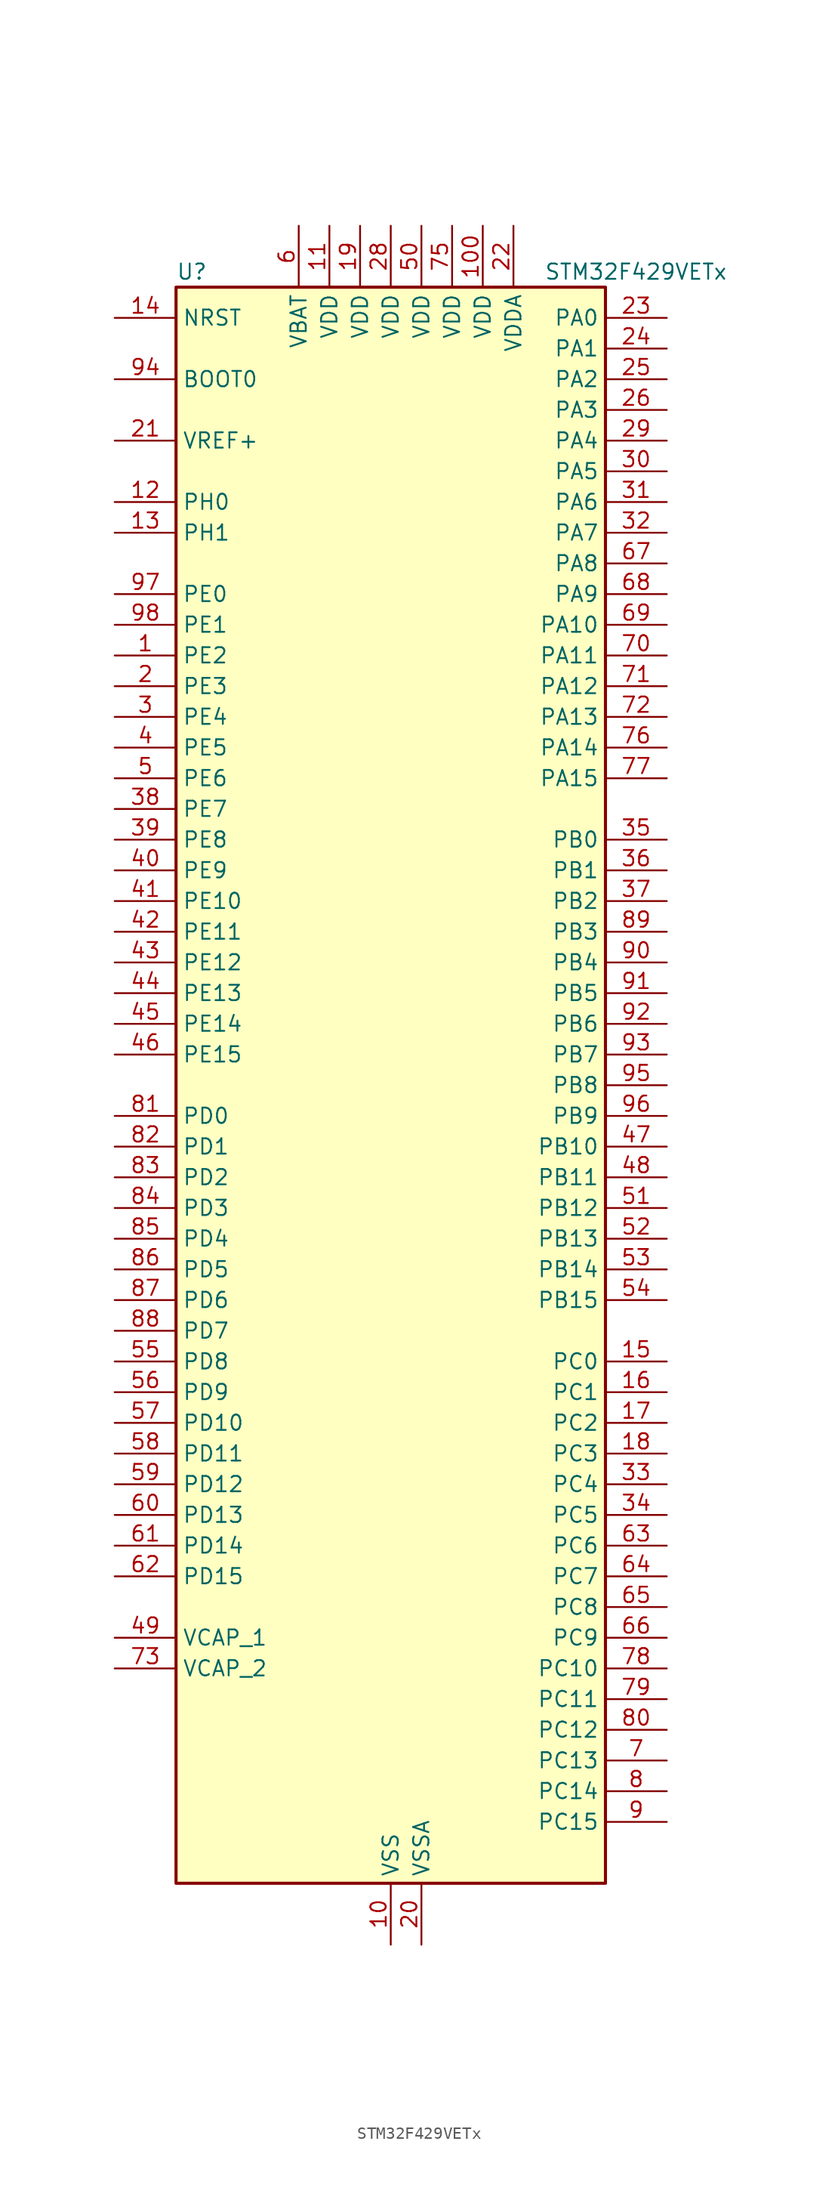
<source format=kicad_sym>
(kicad_symbol_lib
  (version 20220914)
  (generator kicad_symbol_editor)
  (symbol "STM32F429VETx"
    (property "Reference" "U"
      (at -17.78 67.31 0)
      (effects (font (size 1.27 1.27)) (justify left)))
    (property "Value" "STM32F429VETx"
      (at 12.7 67.31 0)
      (effects (font (size 1.27 1.27)) (justify left)))
    (property "ki_locked" ""
      (at 0 0 0)
      (effects (font (size 1.27 1.27))))
    (symbol "STM32F429VETx_0_1"
      (rectangle (start -17.78 -66.04) (end 17.78 66.04) (stroke (width 0.254) (type default)) (fill (type background))))
    (symbol "STM32F429VETx_1_1"
      (pin bidirectional line (at -22.86 35.56 0) (length 5.08) (name "PE2" (effects (font (size 1.27 1.27)))) (number "1" (effects (font (size 1.27 1.27)))) (alternate "ETH_TXD3" bidirectional line) (alternate "FMC_A23" bidirectional line) (alternate "SAI1_MCLK_A" bidirectional line) (alternate "SPI4_SCK" bidirectional line) (alternate "SYS_TRACECLK" bidirectional line))
      (pin power_in line (at 0 -71.12 90) (length 5.08) (name "VSS" (effects (font (size 1.27 1.27)))) (number "10" (effects (font (size 1.27 1.27)))))
      (pin power_in line (at 7.62 71.12 270) (length 5.08) (name "VDD" (effects (font (size 1.27 1.27)))) (number "100" (effects (font (size 1.27 1.27)))))
      (pin power_in line (at -5.08 71.12 270) (length 5.08) (name "VDD" (effects (font (size 1.27 1.27)))) (number "11" (effects (font (size 1.27 1.27)))))
      (pin bidirectional line (at -22.86 48.26 0) (length 5.08) (name "PH0" (effects (font (size 1.27 1.27)))) (number "12" (effects (font (size 1.27 1.27)))) (alternate "RCC_OSC_IN" bidirectional line))
      (pin bidirectional line (at -22.86 45.72 0) (length 5.08) (name "PH1" (effects (font (size 1.27 1.27)))) (number "13" (effects (font (size 1.27 1.27)))) (alternate "RCC_OSC_OUT" bidirectional line))
      (pin input line (at -22.86 63.5 0) (length 5.08) (name "NRST" (effects (font (size 1.27 1.27)))) (number "14" (effects (font (size 1.27 1.27)))))
      (pin bidirectional line (at 22.86 -22.86 180) (length 5.08) (name "PC0" (effects (font (size 1.27 1.27)))) (number "15" (effects (font (size 1.27 1.27)))) (alternate "ADC1_IN10" bidirectional line) (alternate "ADC2_IN10" bidirectional line) (alternate "ADC3_IN10" bidirectional line) (alternate "USB_OTG_HS_ULPI_STP" bidirectional line))
      (pin bidirectional line (at 22.86 -25.4 180) (length 5.08) (name "PC1" (effects (font (size 1.27 1.27)))) (number "16" (effects (font (size 1.27 1.27)))) (alternate "ADC1_IN11" bidirectional line) (alternate "ADC2_IN11" bidirectional line) (alternate "ADC3_IN11" bidirectional line) (alternate "ETH_MDC" bidirectional line))
      (pin bidirectional line (at 22.86 -27.94 180) (length 5.08) (name "PC2" (effects (font (size 1.27 1.27)))) (number "17" (effects (font (size 1.27 1.27)))) (alternate "ADC1_IN12" bidirectional line) (alternate "ADC2_IN12" bidirectional line) (alternate "ADC3_IN12" bidirectional line) (alternate "ETH_TXD2" bidirectional line) (alternate "I2S2_ext_SD" bidirectional line) (alternate "SPI2_MISO" bidirectional line) (alternate "USB_OTG_HS_ULPI_DIR" bidirectional line))
      (pin bidirectional line (at 22.86 -30.48 180) (length 5.08) (name "PC3" (effects (font (size 1.27 1.27)))) (number "18" (effects (font (size 1.27 1.27)))) (alternate "ADC1_IN13" bidirectional line) (alternate "ADC2_IN13" bidirectional line) (alternate "ADC3_IN13" bidirectional line) (alternate "ETH_TX_CLK" bidirectional line) (alternate "I2S2_SD" bidirectional line) (alternate "SPI2_MOSI" bidirectional line) (alternate "USB_OTG_HS_ULPI_NXT" bidirectional line))
      (pin power_in line (at -2.54 71.12 270) (length 5.08) (name "VDD" (effects (font (size 1.27 1.27)))) (number "19" (effects (font (size 1.27 1.27)))))
      (pin bidirectional line (at -22.86 33.02 0) (length 5.08) (name "PE3" (effects (font (size 1.27 1.27)))) (number "2" (effects (font (size 1.27 1.27)))) (alternate "FMC_A19" bidirectional line) (alternate "SAI1_SD_B" bidirectional line) (alternate "SYS_TRACED0" bidirectional line))
      (pin power_in line (at 2.54 -71.12 90) (length 5.08) (name "VSSA" (effects (font (size 1.27 1.27)))) (number "20" (effects (font (size 1.27 1.27)))))
      (pin input line (at -22.86 53.34 0) (length 5.08) (name "VREF+" (effects (font (size 1.27 1.27)))) (number "21" (effects (font (size 1.27 1.27)))))
      (pin power_in line (at 10.16 71.12 270) (length 5.08) (name "VDDA" (effects (font (size 1.27 1.27)))) (number "22" (effects (font (size 1.27 1.27)))))
      (pin bidirectional line (at 22.86 63.5 180) (length 5.08) (name "PA0" (effects (font (size 1.27 1.27)))) (number "23" (effects (font (size 1.27 1.27)))) (alternate "ADC1_IN0" bidirectional line) (alternate "ADC2_IN0" bidirectional line) (alternate "ADC3_IN0" bidirectional line) (alternate "ETH_CRS" bidirectional line) (alternate "SYS_WKUP" bidirectional line) (alternate "TIM2_CH1" bidirectional line) (alternate "TIM2_ETR" bidirectional line) (alternate "TIM5_CH1" bidirectional line) (alternate "TIM8_ETR" bidirectional line) (alternate "UART4_TX" bidirectional line) (alternate "USART2_CTS" bidirectional line))
      (pin bidirectional line (at 22.86 60.96 180) (length 5.08) (name "PA1" (effects (font (size 1.27 1.27)))) (number "24" (effects (font (size 1.27 1.27)))) (alternate "ADC1_IN1" bidirectional line) (alternate "ADC2_IN1" bidirectional line) (alternate "ADC3_IN1" bidirectional line) (alternate "ETH_REF_CLK" bidirectional line) (alternate "ETH_RX_CLK" bidirectional line) (alternate "TIM2_CH2" bidirectional line) (alternate "TIM5_CH2" bidirectional line) (alternate "UART4_RX" bidirectional line) (alternate "USART2_RTS" bidirectional line))
      (pin bidirectional line (at 22.86 58.42 180) (length 5.08) (name "PA2" (effects (font (size 1.27 1.27)))) (number "25" (effects (font (size 1.27 1.27)))) (alternate "ADC1_IN2" bidirectional line) (alternate "ADC2_IN2" bidirectional line) (alternate "ADC3_IN2" bidirectional line) (alternate "ETH_MDIO" bidirectional line) (alternate "TIM2_CH3" bidirectional line) (alternate "TIM5_CH3" bidirectional line) (alternate "TIM9_CH1" bidirectional line) (alternate "USART2_TX" bidirectional line))
      (pin bidirectional line (at 22.86 55.88 180) (length 5.08) (name "PA3" (effects (font (size 1.27 1.27)))) (number "26" (effects (font (size 1.27 1.27)))) (alternate "ADC1_IN3" bidirectional line) (alternate "ADC2_IN3" bidirectional line) (alternate "ADC3_IN3" bidirectional line) (alternate "ETH_COL" bidirectional line) (alternate "LTDC_B5" bidirectional line) (alternate "TIM2_CH4" bidirectional line) (alternate "TIM5_CH4" bidirectional line) (alternate "TIM9_CH2" bidirectional line) (alternate "USART2_RX" bidirectional line) (alternate "USB_OTG_HS_ULPI_D0" bidirectional line))
      (pin passive line (at 0 -71.12 90) (length 5.08) hide (name "VSS" (effects (font (size 1.27 1.27)))) (number "27" (effects (font (size 1.27 1.27)))))
      (pin power_in line (at 0 71.12 270) (length 5.08) (name "VDD" (effects (font (size 1.27 1.27)))) (number "28" (effects (font (size 1.27 1.27)))))
      (pin bidirectional line (at 22.86 53.34 180) (length 5.08) (name "PA4" (effects (font (size 1.27 1.27)))) (number "29" (effects (font (size 1.27 1.27)))) (alternate "ADC1_IN4" bidirectional line) (alternate "ADC2_IN4" bidirectional line) (alternate "DAC_OUT1" bidirectional line) (alternate "DCMI_HSYNC" bidirectional line) (alternate "I2S3_WS" bidirectional line) (alternate "LTDC_VSYNC" bidirectional line) (alternate "SPI1_NSS" bidirectional line) (alternate "SPI3_NSS" bidirectional line) (alternate "USART2_CK" bidirectional line) (alternate "USB_OTG_HS_SOF" bidirectional line))
      (pin bidirectional line (at -22.86 30.48 0) (length 5.08) (name "PE4" (effects (font (size 1.27 1.27)))) (number "3" (effects (font (size 1.27 1.27)))) (alternate "DCMI_D4" bidirectional line) (alternate "FMC_A20" bidirectional line) (alternate "LTDC_B0" bidirectional line) (alternate "SAI1_FS_A" bidirectional line) (alternate "SPI4_NSS" bidirectional line) (alternate "SYS_TRACED1" bidirectional line))
      (pin bidirectional line (at 22.86 50.8 180) (length 5.08) (name "PA5" (effects (font (size 1.27 1.27)))) (number "30" (effects (font (size 1.27 1.27)))) (alternate "ADC1_IN5" bidirectional line) (alternate "ADC2_IN5" bidirectional line) (alternate "DAC_OUT2" bidirectional line) (alternate "SPI1_SCK" bidirectional line) (alternate "TIM2_CH1" bidirectional line) (alternate "TIM2_ETR" bidirectional line) (alternate "TIM8_CH1N" bidirectional line) (alternate "USB_OTG_HS_ULPI_CK" bidirectional line))
      (pin bidirectional line (at 22.86 48.26 180) (length 5.08) (name "PA6" (effects (font (size 1.27 1.27)))) (number "31" (effects (font (size 1.27 1.27)))) (alternate "ADC1_IN6" bidirectional line) (alternate "ADC2_IN6" bidirectional line) (alternate "DCMI_PIXCLK" bidirectional line) (alternate "LTDC_G2" bidirectional line) (alternate "SPI1_MISO" bidirectional line) (alternate "TIM13_CH1" bidirectional line) (alternate "TIM1_BKIN" bidirectional line) (alternate "TIM3_CH1" bidirectional line) (alternate "TIM8_BKIN" bidirectional line))
      (pin bidirectional line (at 22.86 45.72 180) (length 5.08) (name "PA7" (effects (font (size 1.27 1.27)))) (number "32" (effects (font (size 1.27 1.27)))) (alternate "ADC1_IN7" bidirectional line) (alternate "ADC2_IN7" bidirectional line) (alternate "ETH_CRS_DV" bidirectional line) (alternate "ETH_RX_DV" bidirectional line) (alternate "SPI1_MOSI" bidirectional line) (alternate "TIM14_CH1" bidirectional line) (alternate "TIM1_CH1N" bidirectional line) (alternate "TIM3_CH2" bidirectional line) (alternate "TIM8_CH1N" bidirectional line))
      (pin bidirectional line (at 22.86 -33.02 180) (length 5.08) (name "PC4" (effects (font (size 1.27 1.27)))) (number "33" (effects (font (size 1.27 1.27)))) (alternate "ADC1_IN14" bidirectional line) (alternate "ADC2_IN14" bidirectional line) (alternate "ETH_RXD0" bidirectional line))
      (pin bidirectional line (at 22.86 -35.56 180) (length 5.08) (name "PC5" (effects (font (size 1.27 1.27)))) (number "34" (effects (font (size 1.27 1.27)))) (alternate "ADC1_IN15" bidirectional line) (alternate "ADC2_IN15" bidirectional line) (alternate "ETH_RXD1" bidirectional line))
      (pin bidirectional line (at 22.86 20.32 180) (length 5.08) (name "PB0" (effects (font (size 1.27 1.27)))) (number "35" (effects (font (size 1.27 1.27)))) (alternate "ADC1_IN8" bidirectional line) (alternate "ADC2_IN8" bidirectional line) (alternate "ETH_RXD2" bidirectional line) (alternate "LTDC_R3" bidirectional line) (alternate "TIM1_CH2N" bidirectional line) (alternate "TIM3_CH3" bidirectional line) (alternate "TIM8_CH2N" bidirectional line) (alternate "USB_OTG_HS_ULPI_D1" bidirectional line))
      (pin bidirectional line (at 22.86 17.78 180) (length 5.08) (name "PB1" (effects (font (size 1.27 1.27)))) (number "36" (effects (font (size 1.27 1.27)))) (alternate "ADC1_IN9" bidirectional line) (alternate "ADC2_IN9" bidirectional line) (alternate "ETH_RXD3" bidirectional line) (alternate "LTDC_R6" bidirectional line) (alternate "TIM1_CH3N" bidirectional line) (alternate "TIM3_CH4" bidirectional line) (alternate "TIM8_CH3N" bidirectional line) (alternate "USB_OTG_HS_ULPI_D2" bidirectional line))
      (pin bidirectional line (at 22.86 15.24 180) (length 5.08) (name "PB2" (effects (font (size 1.27 1.27)))) (number "37" (effects (font (size 1.27 1.27)))))
      (pin bidirectional line (at -22.86 22.86 0) (length 5.08) (name "PE7" (effects (font (size 1.27 1.27)))) (number "38" (effects (font (size 1.27 1.27)))) (alternate "FMC_D4" bidirectional line) (alternate "FMC_DA4" bidirectional line) (alternate "TIM1_ETR" bidirectional line) (alternate "UART7_RX" bidirectional line))
      (pin bidirectional line (at -22.86 20.32 0) (length 5.08) (name "PE8" (effects (font (size 1.27 1.27)))) (number "39" (effects (font (size 1.27 1.27)))) (alternate "FMC_D5" bidirectional line) (alternate "FMC_DA5" bidirectional line) (alternate "TIM1_CH1N" bidirectional line) (alternate "UART7_TX" bidirectional line))
      (pin bidirectional line (at -22.86 27.94 0) (length 5.08) (name "PE5" (effects (font (size 1.27 1.27)))) (number "4" (effects (font (size 1.27 1.27)))) (alternate "DCMI_D6" bidirectional line) (alternate "FMC_A21" bidirectional line) (alternate "LTDC_G0" bidirectional line) (alternate "SAI1_SCK_A" bidirectional line) (alternate "SPI4_MISO" bidirectional line) (alternate "SYS_TRACED2" bidirectional line) (alternate "TIM9_CH1" bidirectional line))
      (pin bidirectional line (at -22.86 17.78 0) (length 5.08) (name "PE9" (effects (font (size 1.27 1.27)))) (number "40" (effects (font (size 1.27 1.27)))) (alternate "DAC_EXTI9" bidirectional line) (alternate "FMC_D6" bidirectional line) (alternate "FMC_DA6" bidirectional line) (alternate "TIM1_CH1" bidirectional line))
      (pin bidirectional line (at -22.86 15.24 0) (length 5.08) (name "PE10" (effects (font (size 1.27 1.27)))) (number "41" (effects (font (size 1.27 1.27)))) (alternate "FMC_D7" bidirectional line) (alternate "FMC_DA7" bidirectional line) (alternate "TIM1_CH2N" bidirectional line))
      (pin bidirectional line (at -22.86 12.7 0) (length 5.08) (name "PE11" (effects (font (size 1.27 1.27)))) (number "42" (effects (font (size 1.27 1.27)))) (alternate "ADC1_EXTI11" bidirectional line) (alternate "ADC2_EXTI11" bidirectional line) (alternate "ADC3_EXTI11" bidirectional line) (alternate "FMC_D8" bidirectional line) (alternate "FMC_DA8" bidirectional line) (alternate "LTDC_G3" bidirectional line) (alternate "SPI4_NSS" bidirectional line) (alternate "TIM1_CH2" bidirectional line))
      (pin bidirectional line (at -22.86 10.16 0) (length 5.08) (name "PE12" (effects (font (size 1.27 1.27)))) (number "43" (effects (font (size 1.27 1.27)))) (alternate "FMC_D9" bidirectional line) (alternate "FMC_DA9" bidirectional line) (alternate "LTDC_B4" bidirectional line) (alternate "SPI4_SCK" bidirectional line) (alternate "TIM1_CH3N" bidirectional line))
      (pin bidirectional line (at -22.86 7.62 0) (length 5.08) (name "PE13" (effects (font (size 1.27 1.27)))) (number "44" (effects (font (size 1.27 1.27)))) (alternate "FMC_D10" bidirectional line) (alternate "FMC_DA10" bidirectional line) (alternate "LTDC_DE" bidirectional line) (alternate "SPI4_MISO" bidirectional line) (alternate "TIM1_CH3" bidirectional line))
      (pin bidirectional line (at -22.86 5.08 0) (length 5.08) (name "PE14" (effects (font (size 1.27 1.27)))) (number "45" (effects (font (size 1.27 1.27)))) (alternate "FMC_D11" bidirectional line) (alternate "FMC_DA11" bidirectional line) (alternate "LTDC_CLK" bidirectional line) (alternate "SPI4_MOSI" bidirectional line) (alternate "TIM1_CH4" bidirectional line))
      (pin bidirectional line (at -22.86 2.54 0) (length 5.08) (name "PE15" (effects (font (size 1.27 1.27)))) (number "46" (effects (font (size 1.27 1.27)))) (alternate "ADC1_EXTI15" bidirectional line) (alternate "ADC2_EXTI15" bidirectional line) (alternate "ADC3_EXTI15" bidirectional line) (alternate "FMC_D12" bidirectional line) (alternate "FMC_DA12" bidirectional line) (alternate "LTDC_R7" bidirectional line) (alternate "TIM1_BKIN" bidirectional line))
      (pin bidirectional line (at 22.86 -5.08 180) (length 5.08) (name "PB10" (effects (font (size 1.27 1.27)))) (number "47" (effects (font (size 1.27 1.27)))) (alternate "ETH_RX_ER" bidirectional line) (alternate "I2C2_SCL" bidirectional line) (alternate "I2S2_CK" bidirectional line) (alternate "LTDC_G4" bidirectional line) (alternate "SPI2_SCK" bidirectional line) (alternate "TIM2_CH3" bidirectional line) (alternate "USART3_TX" bidirectional line) (alternate "USB_OTG_HS_ULPI_D3" bidirectional line))
      (pin bidirectional line (at 22.86 -7.62 180) (length 5.08) (name "PB11" (effects (font (size 1.27 1.27)))) (number "48" (effects (font (size 1.27 1.27)))) (alternate "ADC1_EXTI11" bidirectional line) (alternate "ADC2_EXTI11" bidirectional line) (alternate "ADC3_EXTI11" bidirectional line) (alternate "ETH_TX_EN" bidirectional line) (alternate "I2C2_SDA" bidirectional line) (alternate "LTDC_G5" bidirectional line) (alternate "TIM2_CH4" bidirectional line) (alternate "USART3_RX" bidirectional line) (alternate "USB_OTG_HS_ULPI_D4" bidirectional line))
      (pin power_out line (at -22.86 -45.72 0) (length 5.08) (name "VCAP_1" (effects (font (size 1.27 1.27)))) (number "49" (effects (font (size 1.27 1.27)))))
      (pin bidirectional line (at -22.86 25.4 0) (length 5.08) (name "PE6" (effects (font (size 1.27 1.27)))) (number "5" (effects (font (size 1.27 1.27)))) (alternate "DCMI_D7" bidirectional line) (alternate "FMC_A22" bidirectional line) (alternate "LTDC_G1" bidirectional line) (alternate "SAI1_SD_A" bidirectional line) (alternate "SPI4_MOSI" bidirectional line) (alternate "SYS_TRACED3" bidirectional line) (alternate "TIM9_CH2" bidirectional line))
      (pin power_in line (at 2.54 71.12 270) (length 5.08) (name "VDD" (effects (font (size 1.27 1.27)))) (number "50" (effects (font (size 1.27 1.27)))))
      (pin bidirectional line (at 22.86 -10.16 180) (length 5.08) (name "PB12" (effects (font (size 1.27 1.27)))) (number "51" (effects (font (size 1.27 1.27)))) (alternate "CAN2_RX" bidirectional line) (alternate "ETH_TXD0" bidirectional line) (alternate "I2C2_SMBA" bidirectional line) (alternate "I2S2_WS" bidirectional line) (alternate "SPI2_NSS" bidirectional line) (alternate "TIM1_BKIN" bidirectional line) (alternate "USART3_CK" bidirectional line) (alternate "USB_OTG_HS_ID" bidirectional line) (alternate "USB_OTG_HS_ULPI_D5" bidirectional line))
      (pin bidirectional line (at 22.86 -12.7 180) (length 5.08) (name "PB13" (effects (font (size 1.27 1.27)))) (number "52" (effects (font (size 1.27 1.27)))) (alternate "CAN2_TX" bidirectional line) (alternate "ETH_TXD1" bidirectional line) (alternate "I2S2_CK" bidirectional line) (alternate "SPI2_SCK" bidirectional line) (alternate "TIM1_CH1N" bidirectional line) (alternate "USART3_CTS" bidirectional line) (alternate "USB_OTG_HS_ULPI_D6" bidirectional line) (alternate "USB_OTG_HS_VBUS" bidirectional line))
      (pin bidirectional line (at 22.86 -15.24 180) (length 5.08) (name "PB14" (effects (font (size 1.27 1.27)))) (number "53" (effects (font (size 1.27 1.27)))) (alternate "I2S2_ext_SD" bidirectional line) (alternate "SPI2_MISO" bidirectional line) (alternate "TIM12_CH1" bidirectional line) (alternate "TIM1_CH2N" bidirectional line) (alternate "TIM8_CH2N" bidirectional line) (alternate "USART3_RTS" bidirectional line) (alternate "USB_OTG_HS_DM" bidirectional line))
      (pin bidirectional line (at 22.86 -17.78 180) (length 5.08) (name "PB15" (effects (font (size 1.27 1.27)))) (number "54" (effects (font (size 1.27 1.27)))) (alternate "ADC1_EXTI15" bidirectional line) (alternate "ADC2_EXTI15" bidirectional line) (alternate "ADC3_EXTI15" bidirectional line) (alternate "I2S2_SD" bidirectional line) (alternate "RTC_REFIN" bidirectional line) (alternate "SPI2_MOSI" bidirectional line) (alternate "TIM12_CH2" bidirectional line) (alternate "TIM1_CH3N" bidirectional line) (alternate "TIM8_CH3N" bidirectional line) (alternate "USB_OTG_HS_DP" bidirectional line))
      (pin bidirectional line (at -22.86 -22.86 0) (length 5.08) (name "PD8" (effects (font (size 1.27 1.27)))) (number "55" (effects (font (size 1.27 1.27)))) (alternate "FMC_D13" bidirectional line) (alternate "FMC_DA13" bidirectional line) (alternate "USART3_TX" bidirectional line))
      (pin bidirectional line (at -22.86 -25.4 0) (length 5.08) (name "PD9" (effects (font (size 1.27 1.27)))) (number "56" (effects (font (size 1.27 1.27)))) (alternate "DAC_EXTI9" bidirectional line) (alternate "FMC_D14" bidirectional line) (alternate "FMC_DA14" bidirectional line) (alternate "USART3_RX" bidirectional line))
      (pin bidirectional line (at -22.86 -27.94 0) (length 5.08) (name "PD10" (effects (font (size 1.27 1.27)))) (number "57" (effects (font (size 1.27 1.27)))) (alternate "FMC_D15" bidirectional line) (alternate "FMC_DA15" bidirectional line) (alternate "LTDC_B3" bidirectional line) (alternate "USART3_CK" bidirectional line))
      (pin bidirectional line (at -22.86 -30.48 0) (length 5.08) (name "PD11" (effects (font (size 1.27 1.27)))) (number "58" (effects (font (size 1.27 1.27)))) (alternate "ADC1_EXTI11" bidirectional line) (alternate "ADC2_EXTI11" bidirectional line) (alternate "ADC3_EXTI11" bidirectional line) (alternate "FMC_A16" bidirectional line) (alternate "FMC_CLE" bidirectional line) (alternate "USART3_CTS" bidirectional line))
      (pin bidirectional line (at -22.86 -33.02 0) (length 5.08) (name "PD12" (effects (font (size 1.27 1.27)))) (number "59" (effects (font (size 1.27 1.27)))) (alternate "FMC_A17" bidirectional line) (alternate "FMC_ALE" bidirectional line) (alternate "TIM4_CH1" bidirectional line) (alternate "USART3_RTS" bidirectional line))
      (pin power_in line (at -7.62 71.12 270) (length 5.08) (name "VBAT" (effects (font (size 1.27 1.27)))) (number "6" (effects (font (size 1.27 1.27)))))
      (pin bidirectional line (at -22.86 -35.56 0) (length 5.08) (name "PD13" (effects (font (size 1.27 1.27)))) (number "60" (effects (font (size 1.27 1.27)))) (alternate "FMC_A18" bidirectional line) (alternate "TIM4_CH2" bidirectional line))
      (pin bidirectional line (at -22.86 -38.1 0) (length 5.08) (name "PD14" (effects (font (size 1.27 1.27)))) (number "61" (effects (font (size 1.27 1.27)))) (alternate "FMC_D0" bidirectional line) (alternate "FMC_DA0" bidirectional line) (alternate "TIM4_CH3" bidirectional line))
      (pin bidirectional line (at -22.86 -40.64 0) (length 5.08) (name "PD15" (effects (font (size 1.27 1.27)))) (number "62" (effects (font (size 1.27 1.27)))) (alternate "ADC1_EXTI15" bidirectional line) (alternate "ADC2_EXTI15" bidirectional line) (alternate "ADC3_EXTI15" bidirectional line) (alternate "FMC_D1" bidirectional line) (alternate "FMC_DA1" bidirectional line) (alternate "TIM4_CH4" bidirectional line))
      (pin bidirectional line (at 22.86 -38.1 180) (length 5.08) (name "PC6" (effects (font (size 1.27 1.27)))) (number "63" (effects (font (size 1.27 1.27)))) (alternate "DCMI_D0" bidirectional line) (alternate "I2S2_MCK" bidirectional line) (alternate "LTDC_HSYNC" bidirectional line) (alternate "SDIO_D6" bidirectional line) (alternate "TIM3_CH1" bidirectional line) (alternate "TIM8_CH1" bidirectional line) (alternate "USART6_TX" bidirectional line))
      (pin bidirectional line (at 22.86 -40.64 180) (length 5.08) (name "PC7" (effects (font (size 1.27 1.27)))) (number "64" (effects (font (size 1.27 1.27)))) (alternate "DCMI_D1" bidirectional line) (alternate "I2S3_MCK" bidirectional line) (alternate "LTDC_G6" bidirectional line) (alternate "SDIO_D7" bidirectional line) (alternate "TIM3_CH2" bidirectional line) (alternate "TIM8_CH2" bidirectional line) (alternate "USART6_RX" bidirectional line))
      (pin bidirectional line (at 22.86 -43.18 180) (length 5.08) (name "PC8" (effects (font (size 1.27 1.27)))) (number "65" (effects (font (size 1.27 1.27)))) (alternate "DCMI_D2" bidirectional line) (alternate "SDIO_D0" bidirectional line) (alternate "TIM3_CH3" bidirectional line) (alternate "TIM8_CH3" bidirectional line) (alternate "USART6_CK" bidirectional line))
      (pin bidirectional line (at 22.86 -45.72 180) (length 5.08) (name "PC9" (effects (font (size 1.27 1.27)))) (number "66" (effects (font (size 1.27 1.27)))) (alternate "DAC_EXTI9" bidirectional line) (alternate "DCMI_D3" bidirectional line) (alternate "I2C3_SDA" bidirectional line) (alternate "I2S_CKIN" bidirectional line) (alternate "RCC_MCO_2" bidirectional line) (alternate "SDIO_D1" bidirectional line) (alternate "TIM3_CH4" bidirectional line) (alternate "TIM8_CH4" bidirectional line))
      (pin bidirectional line (at 22.86 43.18 180) (length 5.08) (name "PA8" (effects (font (size 1.27 1.27)))) (number "67" (effects (font (size 1.27 1.27)))) (alternate "I2C3_SCL" bidirectional line) (alternate "LTDC_R6" bidirectional line) (alternate "RCC_MCO_1" bidirectional line) (alternate "TIM1_CH1" bidirectional line) (alternate "USART1_CK" bidirectional line) (alternate "USB_OTG_FS_SOF" bidirectional line))
      (pin bidirectional line (at 22.86 40.64 180) (length 5.08) (name "PA9" (effects (font (size 1.27 1.27)))) (number "68" (effects (font (size 1.27 1.27)))) (alternate "DAC_EXTI9" bidirectional line) (alternate "DCMI_D0" bidirectional line) (alternate "I2C3_SMBA" bidirectional line) (alternate "TIM1_CH2" bidirectional line) (alternate "USART1_TX" bidirectional line) (alternate "USB_OTG_FS_VBUS" bidirectional line))
      (pin bidirectional line (at 22.86 38.1 180) (length 5.08) (name "PA10" (effects (font (size 1.27 1.27)))) (number "69" (effects (font (size 1.27 1.27)))) (alternate "DCMI_D1" bidirectional line) (alternate "TIM1_CH3" bidirectional line) (alternate "USART1_RX" bidirectional line) (alternate "USB_OTG_FS_ID" bidirectional line))
      (pin bidirectional line (at 22.86 -55.88 180) (length 5.08) (name "PC13" (effects (font (size 1.27 1.27)))) (number "7" (effects (font (size 1.27 1.27)))) (alternate "RTC_AF1" bidirectional line))
      (pin bidirectional line (at 22.86 35.56 180) (length 5.08) (name "PA11" (effects (font (size 1.27 1.27)))) (number "70" (effects (font (size 1.27 1.27)))) (alternate "ADC1_EXTI11" bidirectional line) (alternate "ADC2_EXTI11" bidirectional line) (alternate "ADC3_EXTI11" bidirectional line) (alternate "CAN1_RX" bidirectional line) (alternate "LTDC_R4" bidirectional line) (alternate "TIM1_CH4" bidirectional line) (alternate "USART1_CTS" bidirectional line) (alternate "USB_OTG_FS_DM" bidirectional line))
      (pin bidirectional line (at 22.86 33.02 180) (length 5.08) (name "PA12" (effects (font (size 1.27 1.27)))) (number "71" (effects (font (size 1.27 1.27)))) (alternate "CAN1_TX" bidirectional line) (alternate "LTDC_R5" bidirectional line) (alternate "TIM1_ETR" bidirectional line) (alternate "USART1_RTS" bidirectional line) (alternate "USB_OTG_FS_DP" bidirectional line))
      (pin bidirectional line (at 22.86 30.48 180) (length 5.08) (name "PA13" (effects (font (size 1.27 1.27)))) (number "72" (effects (font (size 1.27 1.27)))) (alternate "SYS_JTMS-SWDIO" bidirectional line))
      (pin power_out line (at -22.86 -48.26 0) (length 5.08) (name "VCAP_2" (effects (font (size 1.27 1.27)))) (number "73" (effects (font (size 1.27 1.27)))))
      (pin passive line (at 0 -71.12 90) (length 5.08) hide (name "VSS" (effects (font (size 1.27 1.27)))) (number "74" (effects (font (size 1.27 1.27)))))
      (pin power_in line (at 5.08 71.12 270) (length 5.08) (name "VDD" (effects (font (size 1.27 1.27)))) (number "75" (effects (font (size 1.27 1.27)))))
      (pin bidirectional line (at 22.86 27.94 180) (length 5.08) (name "PA14" (effects (font (size 1.27 1.27)))) (number "76" (effects (font (size 1.27 1.27)))) (alternate "SYS_JTCK-SWCLK" bidirectional line))
      (pin bidirectional line (at 22.86 25.4 180) (length 5.08) (name "PA15" (effects (font (size 1.27 1.27)))) (number "77" (effects (font (size 1.27 1.27)))) (alternate "ADC1_EXTI15" bidirectional line) (alternate "ADC2_EXTI15" bidirectional line) (alternate "ADC3_EXTI15" bidirectional line) (alternate "I2S3_WS" bidirectional line) (alternate "SPI1_NSS" bidirectional line) (alternate "SPI3_NSS" bidirectional line) (alternate "SYS_JTDI" bidirectional line) (alternate "TIM2_CH1" bidirectional line) (alternate "TIM2_ETR" bidirectional line))
      (pin bidirectional line (at 22.86 -48.26 180) (length 5.08) (name "PC10" (effects (font (size 1.27 1.27)))) (number "78" (effects (font (size 1.27 1.27)))) (alternate "DCMI_D8" bidirectional line) (alternate "I2S3_CK" bidirectional line) (alternate "LTDC_R2" bidirectional line) (alternate "SDIO_D2" bidirectional line) (alternate "SPI3_SCK" bidirectional line) (alternate "UART4_TX" bidirectional line) (alternate "USART3_TX" bidirectional line))
      (pin bidirectional line (at 22.86 -50.8 180) (length 5.08) (name "PC11" (effects (font (size 1.27 1.27)))) (number "79" (effects (font (size 1.27 1.27)))) (alternate "ADC1_EXTI11" bidirectional line) (alternate "ADC2_EXTI11" bidirectional line) (alternate "ADC3_EXTI11" bidirectional line) (alternate "DCMI_D4" bidirectional line) (alternate "I2S3_ext_SD" bidirectional line) (alternate "SDIO_D3" bidirectional line) (alternate "SPI3_MISO" bidirectional line) (alternate "UART4_RX" bidirectional line) (alternate "USART3_RX" bidirectional line))
      (pin bidirectional line (at 22.86 -58.42 180) (length 5.08) (name "PC14" (effects (font (size 1.27 1.27)))) (number "8" (effects (font (size 1.27 1.27)))) (alternate "RCC_OSC32_IN" bidirectional line))
      (pin bidirectional line (at 22.86 -53.34 180) (length 5.08) (name "PC12" (effects (font (size 1.27 1.27)))) (number "80" (effects (font (size 1.27 1.27)))) (alternate "DCMI_D9" bidirectional line) (alternate "I2S3_SD" bidirectional line) (alternate "SDIO_CK" bidirectional line) (alternate "SPI3_MOSI" bidirectional line) (alternate "UART5_TX" bidirectional line) (alternate "USART3_CK" bidirectional line))
      (pin bidirectional line (at -22.86 -2.54 0) (length 5.08) (name "PD0" (effects (font (size 1.27 1.27)))) (number "81" (effects (font (size 1.27 1.27)))) (alternate "CAN1_RX" bidirectional line) (alternate "FMC_D2" bidirectional line) (alternate "FMC_DA2" bidirectional line))
      (pin bidirectional line (at -22.86 -5.08 0) (length 5.08) (name "PD1" (effects (font (size 1.27 1.27)))) (number "82" (effects (font (size 1.27 1.27)))) (alternate "CAN1_TX" bidirectional line) (alternate "FMC_D3" bidirectional line) (alternate "FMC_DA3" bidirectional line))
      (pin bidirectional line (at -22.86 -7.62 0) (length 5.08) (name "PD2" (effects (font (size 1.27 1.27)))) (number "83" (effects (font (size 1.27 1.27)))) (alternate "DCMI_D11" bidirectional line) (alternate "SDIO_CMD" bidirectional line) (alternate "TIM3_ETR" bidirectional line) (alternate "UART5_RX" bidirectional line))
      (pin bidirectional line (at -22.86 -10.16 0) (length 5.08) (name "PD3" (effects (font (size 1.27 1.27)))) (number "84" (effects (font (size 1.27 1.27)))) (alternate "DCMI_D5" bidirectional line) (alternate "FMC_CLK" bidirectional line) (alternate "I2S2_CK" bidirectional line) (alternate "LTDC_G7" bidirectional line) (alternate "SPI2_SCK" bidirectional line) (alternate "USART2_CTS" bidirectional line))
      (pin bidirectional line (at -22.86 -12.7 0) (length 5.08) (name "PD4" (effects (font (size 1.27 1.27)))) (number "85" (effects (font (size 1.27 1.27)))) (alternate "FMC_NOE" bidirectional line) (alternate "USART2_RTS" bidirectional line))
      (pin bidirectional line (at -22.86 -15.24 0) (length 5.08) (name "PD5" (effects (font (size 1.27 1.27)))) (number "86" (effects (font (size 1.27 1.27)))) (alternate "FMC_NWE" bidirectional line) (alternate "USART2_TX" bidirectional line))
      (pin bidirectional line (at -22.86 -17.78 0) (length 5.08) (name "PD6" (effects (font (size 1.27 1.27)))) (number "87" (effects (font (size 1.27 1.27)))) (alternate "DCMI_D10" bidirectional line) (alternate "FMC_NWAIT" bidirectional line) (alternate "I2S3_SD" bidirectional line) (alternate "LTDC_B2" bidirectional line) (alternate "SAI1_SD_A" bidirectional line) (alternate "SPI3_MOSI" bidirectional line) (alternate "USART2_RX" bidirectional line))
      (pin bidirectional line (at -22.86 -20.32 0) (length 5.08) (name "PD7" (effects (font (size 1.27 1.27)))) (number "88" (effects (font (size 1.27 1.27)))) (alternate "FMC_NCE2" bidirectional line) (alternate "FMC_NE1" bidirectional line) (alternate "USART2_CK" bidirectional line))
      (pin bidirectional line (at 22.86 12.7 180) (length 5.08) (name "PB3" (effects (font (size 1.27 1.27)))) (number "89" (effects (font (size 1.27 1.27)))) (alternate "I2S3_CK" bidirectional line) (alternate "SPI1_SCK" bidirectional line) (alternate "SPI3_SCK" bidirectional line) (alternate "SYS_JTDO-SWO" bidirectional line) (alternate "TIM2_CH2" bidirectional line))
      (pin bidirectional line (at 22.86 -60.96 180) (length 5.08) (name "PC15" (effects (font (size 1.27 1.27)))) (number "9" (effects (font (size 1.27 1.27)))) (alternate "ADC1_EXTI15" bidirectional line) (alternate "ADC2_EXTI15" bidirectional line) (alternate "ADC3_EXTI15" bidirectional line) (alternate "RCC_OSC32_OUT" bidirectional line))
      (pin bidirectional line (at 22.86 10.16 180) (length 5.08) (name "PB4" (effects (font (size 1.27 1.27)))) (number "90" (effects (font (size 1.27 1.27)))) (alternate "I2S3_ext_SD" bidirectional line) (alternate "SPI1_MISO" bidirectional line) (alternate "SPI3_MISO" bidirectional line) (alternate "SYS_JTRST" bidirectional line) (alternate "TIM3_CH1" bidirectional line))
      (pin bidirectional line (at 22.86 7.62 180) (length 5.08) (name "PB5" (effects (font (size 1.27 1.27)))) (number "91" (effects (font (size 1.27 1.27)))) (alternate "CAN2_RX" bidirectional line) (alternate "DCMI_D10" bidirectional line) (alternate "ETH_PPS_OUT" bidirectional line) (alternate "I2C1_SMBA" bidirectional line) (alternate "I2S3_SD" bidirectional line) (alternate "SPI1_MOSI" bidirectional line) (alternate "SPI3_MOSI" bidirectional line) (alternate "TIM3_CH2" bidirectional line) (alternate "USB_OTG_HS_ULPI_D7" bidirectional line))
      (pin bidirectional line (at 22.86 5.08 180) (length 5.08) (name "PB6" (effects (font (size 1.27 1.27)))) (number "92" (effects (font (size 1.27 1.27)))) (alternate "CAN2_TX" bidirectional line) (alternate "DCMI_D5" bidirectional line) (alternate "I2C1_SCL" bidirectional line) (alternate "TIM4_CH1" bidirectional line) (alternate "USART1_TX" bidirectional line))
      (pin bidirectional line (at 22.86 2.54 180) (length 5.08) (name "PB7" (effects (font (size 1.27 1.27)))) (number "93" (effects (font (size 1.27 1.27)))) (alternate "DCMI_VSYNC" bidirectional line) (alternate "FMC_NL" bidirectional line) (alternate "I2C1_SDA" bidirectional line) (alternate "TIM4_CH2" bidirectional line) (alternate "USART1_RX" bidirectional line))
      (pin input line (at -22.86 58.42 0) (length 5.08) (name "BOOT0" (effects (font (size 1.27 1.27)))) (number "94" (effects (font (size 1.27 1.27)))))
      (pin bidirectional line (at 22.86 0 180) (length 5.08) (name "PB8" (effects (font (size 1.27 1.27)))) (number "95" (effects (font (size 1.27 1.27)))) (alternate "CAN1_RX" bidirectional line) (alternate "DCMI_D6" bidirectional line) (alternate "ETH_TXD3" bidirectional line) (alternate "I2C1_SCL" bidirectional line) (alternate "LTDC_B6" bidirectional line) (alternate "SDIO_D4" bidirectional line) (alternate "TIM10_CH1" bidirectional line) (alternate "TIM4_CH3" bidirectional line))
      (pin bidirectional line (at 22.86 -2.54 180) (length 5.08) (name "PB9" (effects (font (size 1.27 1.27)))) (number "96" (effects (font (size 1.27 1.27)))) (alternate "CAN1_TX" bidirectional line) (alternate "DAC_EXTI9" bidirectional line) (alternate "DCMI_D7" bidirectional line) (alternate "I2C1_SDA" bidirectional line) (alternate "I2S2_WS" bidirectional line) (alternate "LTDC_B7" bidirectional line) (alternate "SDIO_D5" bidirectional line) (alternate "SPI2_NSS" bidirectional line) (alternate "TIM11_CH1" bidirectional line) (alternate "TIM4_CH4" bidirectional line))
      (pin bidirectional line (at -22.86 40.64 0) (length 5.08) (name "PE0" (effects (font (size 1.27 1.27)))) (number "97" (effects (font (size 1.27 1.27)))) (alternate "DCMI_D2" bidirectional line) (alternate "FMC_NBL0" bidirectional line) (alternate "TIM4_ETR" bidirectional line) (alternate "UART8_RX" bidirectional line))
      (pin bidirectional line (at -22.86 38.1 0) (length 5.08) (name "PE1" (effects (font (size 1.27 1.27)))) (number "98" (effects (font (size 1.27 1.27)))) (alternate "DCMI_D3" bidirectional line) (alternate "FMC_NBL1" bidirectional line) (alternate "UART8_TX" bidirectional line))
      (pin passive line (at 0 -71.12 90) (length 5.08) hide (name "VSS" (effects (font (size 1.27 1.27)))) (number "99" (effects (font (size 1.27 1.27))))))))
</source>
